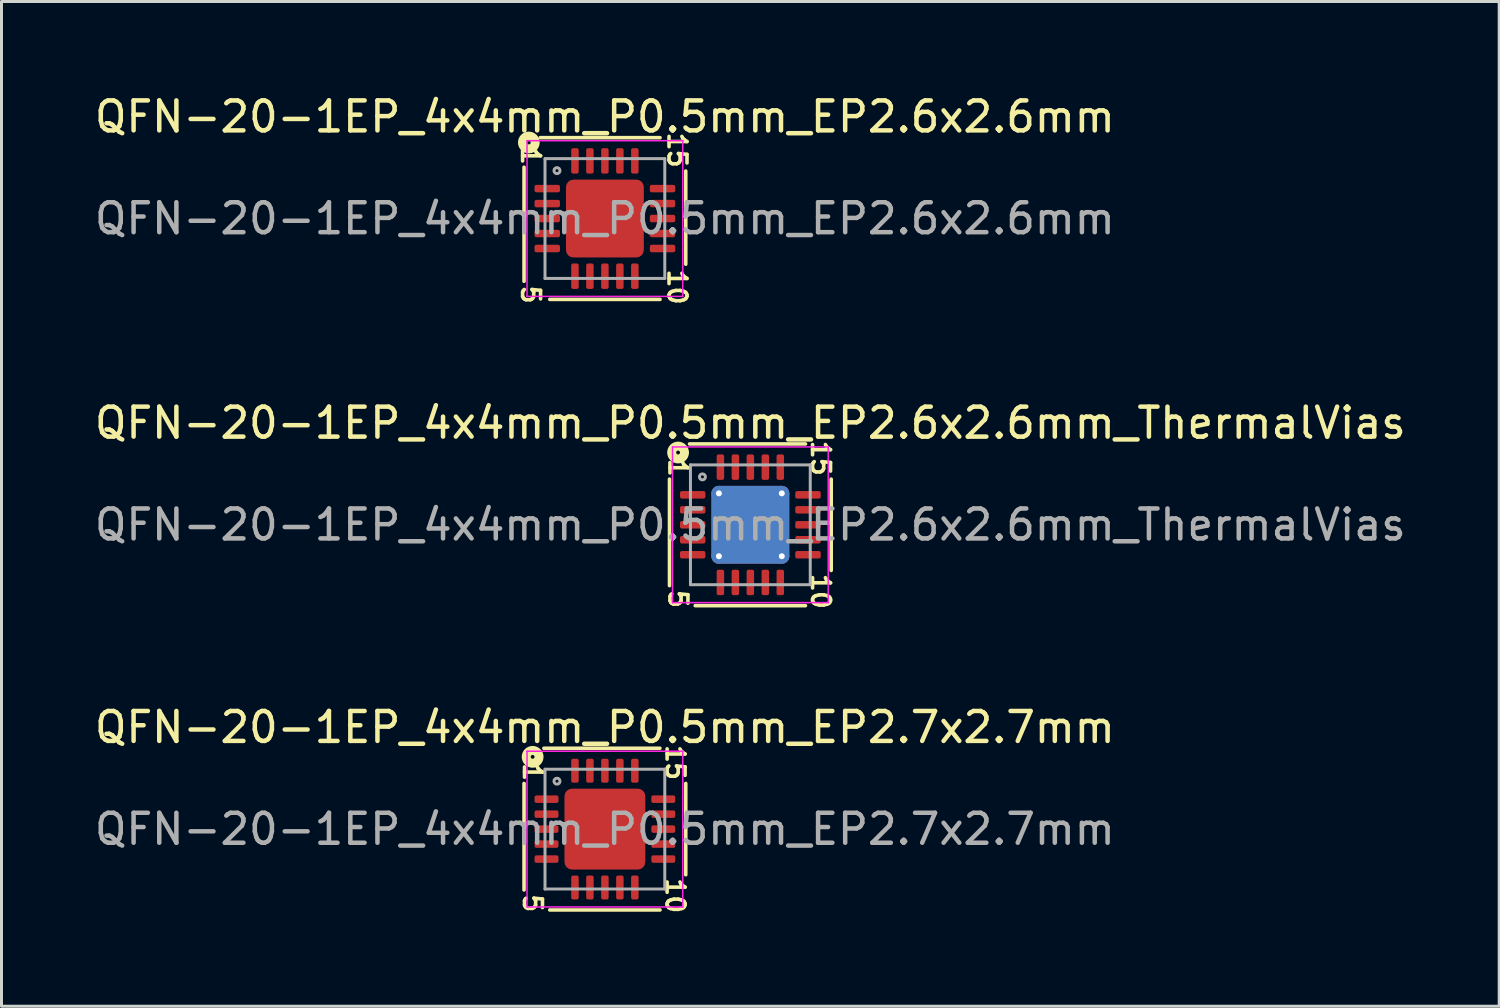
<source format=kicad_pcb>
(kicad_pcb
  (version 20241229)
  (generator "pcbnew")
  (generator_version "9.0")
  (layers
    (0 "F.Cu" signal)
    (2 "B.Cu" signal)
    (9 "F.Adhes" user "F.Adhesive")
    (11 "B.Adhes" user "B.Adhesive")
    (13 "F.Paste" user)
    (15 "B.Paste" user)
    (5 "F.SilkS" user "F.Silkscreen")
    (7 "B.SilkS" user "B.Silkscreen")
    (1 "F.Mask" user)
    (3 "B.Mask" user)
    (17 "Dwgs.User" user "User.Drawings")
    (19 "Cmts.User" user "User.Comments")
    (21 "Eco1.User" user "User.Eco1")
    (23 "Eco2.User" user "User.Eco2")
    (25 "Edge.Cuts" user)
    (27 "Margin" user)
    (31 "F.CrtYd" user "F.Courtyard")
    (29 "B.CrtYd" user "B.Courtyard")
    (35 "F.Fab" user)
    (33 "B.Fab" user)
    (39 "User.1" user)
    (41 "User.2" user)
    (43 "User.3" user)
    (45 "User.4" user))
  (footprint "QFN-20-1EP_4x4mm_P0.5mm_EP2.6x2.6mm_ThermalVias"
    (layer "F.Cu")
    (at 22.006 14.474)
    (property "Reference" "QFN-20-1EP_4x4mm_P0.5mm_EP2.6x2.6mm_ThermalVias" (at 0 -3.4 0) (layer "F.SilkS") (effects (font (size 1 1) (thickness 0.15))))
    (attr smd)
    (fp_line (start -2.7 -1.524) (end -2.7 2.032) (stroke (width 0.12) (type solid)) (layer "F.SilkS"))
    (fp_line (start -1.841 2.7) (end 1.841 2.7) (stroke (width 0.12) (type solid)) (layer "F.SilkS"))
    (fp_line (start 1.841 -2.7) (end -2.032 -2.7) (stroke (width 0.12) (type solid)) (layer "F.SilkS"))
    (fp_line (start 2.7 1.524) (end 2.7 -1.524) (stroke (width 0.12) (type solid)) (layer "F.SilkS"))
    (fp_circle (center -2.413 -2.413) (end -2.349 -2.413) (stroke (width 0.3) (type solid)) (fill no) (layer "F.SilkS"))
    (fp_line (start -2.6 -2.6) (end -2.6 2.6) (stroke (width 0.05) (type solid)) (layer "F.CrtYd"))
    (fp_line (start -2.6 2.6) (end 2.6 2.6) (stroke (width 0.05) (type solid)) (layer "F.CrtYd"))
    (fp_line (start 2.6 -2.6) (end -2.6 -2.6) (stroke (width 0.05) (type solid)) (layer "F.CrtYd"))
    (fp_line (start 2.6 2.6) (end 2.6 -2.6) (stroke (width 0.05) (type solid)) (layer "F.CrtYd"))
    (fp_line (start -2 -2) (end 2 -2) (stroke (width 0.1) (type solid)) (layer "F.Fab"))
    (fp_line (start -2 2) (end -2 -2) (stroke (width 0.1) (type solid)) (layer "F.Fab"))
    (fp_line (start 2 -2) (end 2 2) (stroke (width 0.1) (type solid)) (layer "F.Fab"))
    (fp_line (start 2 2) (end -2 2) (stroke (width 0.1) (type solid)) (layer "F.Fab"))
    (fp_circle (center -1.6 -1.6) (end -1.5 -1.6) (stroke (width 0.1) (type solid)) (fill no) (layer "F.Fab"))
    (fp_text user "10" (at 2.349 2.223 270) (unlocked yes) (layer "F.SilkS") (effects (font (size 0.6 0.6) (thickness 0.12))))
    (fp_text user "15" (at 2.349 -2.223 270) (unlocked yes) (layer "F.SilkS") (effects (font (size 0.6 0.6) (thickness 0.12))))
    (fp_text user "1" (at -2.413 -1.905 270) (unlocked yes) (layer "F.SilkS") (effects (font (size 0.6 0.6) (thickness 0.12))))
    (fp_text user "5" (at -2.413 2.477 270) (unlocked yes) (layer "F.SilkS") (effects (font (size 0.6 0.6) (thickness 0.12))))
    (fp_text user "${REFERENCE}" (at 0 0 0) (layer "F.Fab") (effects (font (size 1 1) (thickness 0.15))))
    (pad "" smd roundrect (at -0.65 -0.65) (size 1.13 1.13) (layers "F.Paste") (roundrect_rratio 0.221))
    (pad "" smd roundrect (at -0.65 0.65) (size 1.13 1.13) (layers "F.Paste") (roundrect_rratio 0.221))
    (pad "" smd roundrect (at 0.65 -0.65) (size 1.13 1.13) (layers "F.Paste") (roundrect_rratio 0.221))
    (pad "" smd roundrect (at 0.65 0.65) (size 1.13 1.13) (layers "F.Paste") (roundrect_rratio 0.221))
    (pad "1" smd roundrect (at -1.925 -1) (size 0.85 0.25) (layers "F.Cu" "F.Mask" "F.Paste") (roundrect_rratio 0.25))
    (pad "2" smd roundrect (at -1.925 -0.5) (size 0.85 0.25) (layers "F.Cu" "F.Mask" "F.Paste") (roundrect_rratio 0.25))
    (pad "3" smd roundrect (at -1.925 0) (size 0.85 0.25) (layers "F.Cu" "F.Mask" "F.Paste") (roundrect_rratio 0.25))
    (pad "4" smd roundrect (at -1.925 0.5) (size 0.85 0.25) (layers "F.Cu" "F.Mask" "F.Paste") (roundrect_rratio 0.25))
    (pad "5" smd roundrect (at -1.925 1) (size 0.85 0.25) (layers "F.Cu" "F.Mask" "F.Paste") (roundrect_rratio 0.25))
    (pad "6" smd roundrect (at -1 1.925) (size 0.25 0.85) (layers "F.Cu" "F.Mask" "F.Paste") (roundrect_rratio 0.25))
    (pad "7" smd roundrect (at -0.5 1.925) (size 0.25 0.85) (layers "F.Cu" "F.Mask" "F.Paste") (roundrect_rratio 0.25))
    (pad "8" smd roundrect (at 0 1.925) (size 0.25 0.85) (layers "F.Cu" "F.Mask" "F.Paste") (roundrect_rratio 0.25))
    (pad "9" smd roundrect (at 0.5 1.925) (size 0.25 0.85) (layers "F.Cu" "F.Mask" "F.Paste") (roundrect_rratio 0.25))
    (pad "10" smd roundrect (at 1 1.925) (size 0.25 0.85) (layers "F.Cu" "F.Mask" "F.Paste") (roundrect_rratio 0.25))
    (pad "11" smd roundrect (at 1.925 1) (size 0.85 0.25) (layers "F.Cu" "F.Mask" "F.Paste") (roundrect_rratio 0.25))
    (pad "12" smd roundrect (at 1.925 0.5) (size 0.85 0.25) (layers "F.Cu" "F.Mask" "F.Paste") (roundrect_rratio 0.25))
    (pad "13" smd roundrect (at 1.925 0) (size 0.85 0.25) (layers "F.Cu" "F.Mask" "F.Paste") (roundrect_rratio 0.25))
    (pad "14" smd roundrect (at 1.925 -0.5) (size 0.85 0.25) (layers "F.Cu" "F.Mask" "F.Paste") (roundrect_rratio 0.25))
    (pad "15" smd roundrect (at 1.925 -1) (size 0.85 0.25) (layers "F.Cu" "F.Mask" "F.Paste") (roundrect_rratio 0.25))
    (pad "16" smd roundrect (at 1 -1.925) (size 0.25 0.85) (layers "F.Cu" "F.Mask" "F.Paste") (roundrect_rratio 0.25))
    (pad "17" smd roundrect (at 0.5 -1.925) (size 0.25 0.85) (layers "F.Cu" "F.Mask" "F.Paste") (roundrect_rratio 0.25))
    (pad "18" smd roundrect (at 0 -1.925) (size 0.25 0.85) (layers "F.Cu" "F.Mask" "F.Paste") (roundrect_rratio 0.25))
    (pad "19" smd roundrect (at -0.5 -1.925) (size 0.25 0.85) (layers "F.Cu" "F.Mask" "F.Paste") (roundrect_rratio 0.25))
    (pad "20" smd roundrect (at -1 -1.925) (size 0.25 0.85) (layers "F.Cu" "F.Mask" "F.Paste") (roundrect_rratio 0.25))
    (pad "21" thru_hole circle (at -1.05 -1.05) (size 0.5 0.5) (drill 0.2) (property pad_prop_heatsink) (layers "*.Cu"))
    (pad "21" thru_hole circle (at -1.05 1.05) (size 0.5 0.5) (drill 0.2) (property pad_prop_heatsink) (layers "*.Cu"))
    (pad "21" smd roundrect (at 0 0) (size 2.6 2.6) (layers "F.Cu" "F.Mask") (roundrect_rratio 0.096))
    (pad "21" smd roundrect (at 0 0) (size 2.6 2.6) (layers "B.Cu" "B.Mask") (roundrect_rratio 0.096))
    (pad "21" thru_hole circle (at 1.05 -1.05) (size 0.5 0.5) (drill 0.2) (property pad_prop_heatsink) (layers "*.Cu"))
    (pad "21" thru_hole circle (at 1.05 1.05) (size 0.5 0.5) (drill 0.2) (property pad_prop_heatsink) (layers "*.Cu")))
  (footprint "QFN-20-1EP_4x4mm_P0.5mm_EP2.7x2.7mm"
    (layer "F.Cu")
    (at 17.149 24.636)
    (property "Reference" "QFN-20-1EP_4x4mm_P0.5mm_EP2.7x2.7mm" (at 0 -3.4 0) (layer "F.SilkS") (effects (font (size 1 1) (thickness 0.15))))
    (attr smd)
    (fp_line (start -2.7 -1.524) (end -2.7 2.032) (stroke (width 0.12) (type solid)) (layer "F.SilkS"))
    (fp_line (start -1.841 2.7) (end 1.841 2.7) (stroke (width 0.12) (type solid)) (layer "F.SilkS"))
    (fp_line (start 1.837 -2.7) (end -2.037 -2.7) (stroke (width 0.12) (type solid)) (layer "F.SilkS"))
    (fp_line (start 2.7 1.524) (end 2.7 -1.524) (stroke (width 0.12) (type solid)) (layer "F.SilkS"))
    (fp_circle (center -2.413 -2.413) (end -2.349 -2.413) (stroke (width 0.3) (type solid)) (fill no) (layer "F.SilkS"))
    (fp_line (start -2.6 -2.6) (end -2.6 2.6) (stroke (width 0.05) (type solid)) (layer "F.CrtYd"))
    (fp_line (start -2.6 2.6) (end 2.6 2.6) (stroke (width 0.05) (type solid)) (layer "F.CrtYd"))
    (fp_line (start 2.6 -2.6) (end -2.6 -2.6) (stroke (width 0.05) (type solid)) (layer "F.CrtYd"))
    (fp_line (start 2.6 2.6) (end 2.6 -2.6) (stroke (width 0.05) (type solid)) (layer "F.CrtYd"))
    (fp_line (start -2 -2) (end 2 -2) (stroke (width 0.1) (type solid)) (layer "F.Fab"))
    (fp_line (start -2 2) (end -2 -2) (stroke (width 0.1) (type solid)) (layer "F.Fab"))
    (fp_line (start 2 -2) (end 2 2) (stroke (width 0.1) (type solid)) (layer "F.Fab"))
    (fp_line (start 2 2) (end -2 2) (stroke (width 0.1) (type solid)) (layer "F.Fab"))
    (fp_circle (center -1.6 -1.6) (end -1.5 -1.6) (stroke (width 0.1) (type solid)) (fill no) (layer "F.Fab"))
    (fp_text user "10" (at 2.349 2.223 270) (unlocked yes) (layer "F.SilkS") (effects (font (size 0.6 0.6) (thickness 0.12))))
    (fp_text user "5" (at -2.413 2.477 270) (unlocked yes) (layer "F.SilkS") (effects (font (size 0.6 0.6) (thickness 0.12))))
    (fp_text user "1" (at -2.413 -1.905 270) (unlocked yes) (layer "F.SilkS") (effects (font (size 0.6 0.6) (thickness 0.12))))
    (fp_text user "15" (at 2.349 -2.223 270) (unlocked yes) (layer "F.SilkS") (effects (font (size 0.6 0.6) (thickness 0.12))))
    (fp_text user "${REFERENCE}" (at 0 0 0) (layer "F.Fab") (effects (font (size 1 1) (thickness 0.15))))
    (pad "" smd roundrect (at -0.675 -0.675) (size 1.09 1.09) (layers "F.Paste") (roundrect_rratio 0.229))
    (pad "" smd roundrect (at -0.675 0.675) (size 1.09 1.09) (layers "F.Paste") (roundrect_rratio 0.229))
    (pad "" smd roundrect (at 0.675 -0.675) (size 1.09 1.09) (layers "F.Paste") (roundrect_rratio 0.229))
    (pad "" smd roundrect (at 0.675 0.675) (size 1.09 1.09) (layers "F.Paste") (roundrect_rratio 0.229))
    (pad "1" smd roundrect (at -1.95 -1) (size 0.8 0.25) (layers "F.Cu" "F.Mask" "F.Paste") (roundrect_rratio 0.25))
    (pad "2" smd roundrect (at -1.95 -0.5) (size 0.8 0.25) (layers "F.Cu" "F.Mask" "F.Paste") (roundrect_rratio 0.25))
    (pad "3" smd roundrect (at -1.95 0) (size 0.8 0.25) (layers "F.Cu" "F.Mask" "F.Paste") (roundrect_rratio 0.25))
    (pad "4" smd roundrect (at -1.95 0.5) (size 0.8 0.25) (layers "F.Cu" "F.Mask" "F.Paste") (roundrect_rratio 0.25))
    (pad "5" smd roundrect (at -1.95 1) (size 0.8 0.25) (layers "F.Cu" "F.Mask" "F.Paste") (roundrect_rratio 0.25))
    (pad "6" smd roundrect (at -1 1.95) (size 0.25 0.8) (layers "F.Cu" "F.Mask" "F.Paste") (roundrect_rratio 0.25))
    (pad "7" smd roundrect (at -0.5 1.95) (size 0.25 0.8) (layers "F.Cu" "F.Mask" "F.Paste") (roundrect_rratio 0.25))
    (pad "8" smd roundrect (at 0 1.95) (size 0.25 0.8) (layers "F.Cu" "F.Mask" "F.Paste") (roundrect_rratio 0.25))
    (pad "9" smd roundrect (at 0.5 1.95) (size 0.25 0.8) (layers "F.Cu" "F.Mask" "F.Paste") (roundrect_rratio 0.25))
    (pad "10" smd roundrect (at 1 1.95) (size 0.25 0.8) (layers "F.Cu" "F.Mask" "F.Paste") (roundrect_rratio 0.25))
    (pad "11" smd roundrect (at 1.95 1) (size 0.8 0.25) (layers "F.Cu" "F.Mask" "F.Paste") (roundrect_rratio 0.25))
    (pad "12" smd roundrect (at 1.95 0.5) (size 0.8 0.25) (layers "F.Cu" "F.Mask" "F.Paste") (roundrect_rratio 0.25))
    (pad "13" smd roundrect (at 1.95 0) (size 0.8 0.25) (layers "F.Cu" "F.Mask" "F.Paste") (roundrect_rratio 0.25))
    (pad "14" smd roundrect (at 1.95 -0.5) (size 0.8 0.25) (layers "F.Cu" "F.Mask" "F.Paste") (roundrect_rratio 0.25))
    (pad "15" smd roundrect (at 1.95 -1) (size 0.8 0.25) (layers "F.Cu" "F.Mask" "F.Paste") (roundrect_rratio 0.25))
    (pad "16" smd roundrect (at 1 -1.95) (size 0.25 0.8) (layers "F.Cu" "F.Mask" "F.Paste") (roundrect_rratio 0.25))
    (pad "17" smd roundrect (at 0.5 -1.95) (size 0.25 0.8) (layers "F.Cu" "F.Mask" "F.Paste") (roundrect_rratio 0.25))
    (pad "18" smd roundrect (at 0 -1.95) (size 0.25 0.8) (layers "F.Cu" "F.Mask" "F.Paste") (roundrect_rratio 0.25))
    (pad "19" smd roundrect (at -0.5 -1.95) (size 0.25 0.8) (layers "F.Cu" "F.Mask" "F.Paste") (roundrect_rratio 0.25))
    (pad "20" smd roundrect (at -1 -1.95) (size 0.25 0.8) (layers "F.Cu" "F.Mask" "F.Paste") (roundrect_rratio 0.25))
    (pad "21" smd roundrect (at 0 0) (size 2.7 2.7) (layers "F.Cu" "F.Mask") (roundrect_rratio 0.093)))
  (footprint "QFN-20-1EP_4x4mm_P0.5mm_EP2.6x2.6mm"
    (layer "F.Cu")
    (at 17.149 4.248)
    (property "Reference" "QFN-20-1EP_4x4mm_P0.5mm_EP2.6x2.6mm" (at 0 -3.4 0) (layer "F.SilkS") (effects (font (size 1 1) (thickness 0.15))))
    (attr smd)
    (fp_line (start -2.7 -1.714) (end -2.7 2.095) (stroke (width 0.12) (type solid)) (layer "F.SilkS"))
    (fp_line (start -1.841 2.7) (end 1.841 2.7) (stroke (width 0.12) (type solid)) (layer "F.SilkS"))
    (fp_line (start 1.841 -2.7) (end -2.159 -2.7) (stroke (width 0.12) (type solid)) (layer "F.SilkS"))
    (fp_line (start 2.7 1.524) (end 2.7 -1.587) (stroke (width 0.12) (type solid)) (layer "F.SilkS"))
    (fp_circle (center -2.54 -2.54) (end -2.477 -2.54) (stroke (width 0.3) (type solid)) (fill no) (layer "F.SilkS"))
    (fp_line (start -2.6 -2.6) (end -2.6 2.6) (stroke (width 0.05) (type solid)) (layer "F.CrtYd"))
    (fp_line (start -2.6 2.6) (end 2.6 2.6) (stroke (width 0.05) (type solid)) (layer "F.CrtYd"))
    (fp_line (start 2.6 -2.6) (end -2.6 -2.6) (stroke (width 0.05) (type solid)) (layer "F.CrtYd"))
    (fp_line (start 2.6 2.6) (end 2.6 -2.6) (stroke (width 0.05) (type solid)) (layer "F.CrtYd"))
    (fp_line (start -2 -2) (end 2 -2) (stroke (width 0.1) (type solid)) (layer "F.Fab"))
    (fp_line (start -2 2) (end -2 -2) (stroke (width 0.1) (type solid)) (layer "F.Fab"))
    (fp_line (start 2 -2) (end 2 2) (stroke (width 0.1) (type solid)) (layer "F.Fab"))
    (fp_line (start 2 2) (end -2 2) (stroke (width 0.1) (type solid)) (layer "F.Fab"))
    (fp_circle (center -1.6 -1.6) (end -1.5 -1.6) (stroke (width 0.1) (type solid)) (fill no) (layer "F.Fab"))
    (fp_text user "5" (at -2.477 2.54 270) (unlocked yes) (layer "F.SilkS") (effects (font (size 0.6 0.6) (thickness 0.12))))
    (fp_text user "15" (at 2.413 -2.286 270) (unlocked yes) (layer "F.SilkS") (effects (font (size 0.6 0.6) (thickness 0.12))))
    (fp_text user "10" (at 2.413 2.286 270) (unlocked yes) (layer "F.SilkS") (effects (font (size 0.6 0.6) (thickness 0.12))))
    (fp_text user "1" (at -2.477 -2.095 270) (unlocked yes) (layer "F.SilkS") (effects (font (size 0.6 0.6) (thickness 0.12))))
    (fp_text user "${REFERENCE}" (at 0 0 0) (layer "F.Fab") (effects (font (size 1 1) (thickness 0.15))))
    (pad "" smd roundrect (at -0.65 -0.65) (size 1.05 1.05) (layers "F.Paste") (roundrect_rratio 0.238))
    (pad "" smd roundrect (at -0.65 0.65) (size 1.05 1.05) (layers "F.Paste") (roundrect_rratio 0.238))
    (pad "" smd roundrect (at 0.65 -0.65) (size 1.05 1.05) (layers "F.Paste") (roundrect_rratio 0.238))
    (pad "" smd roundrect (at 0.65 0.65) (size 1.05 1.05) (layers "F.Paste") (roundrect_rratio 0.238))
    (pad "1" smd roundrect (at -1.925 -1) (size 0.85 0.25) (layers "F.Cu" "F.Mask" "F.Paste") (roundrect_rratio 0.25))
    (pad "2" smd roundrect (at -1.925 -0.5) (size 0.85 0.25) (layers "F.Cu" "F.Mask" "F.Paste") (roundrect_rratio 0.25))
    (pad "3" smd roundrect (at -1.925 0) (size 0.85 0.25) (layers "F.Cu" "F.Mask" "F.Paste") (roundrect_rratio 0.25))
    (pad "4" smd roundrect (at -1.925 0.5) (size 0.85 0.25) (layers "F.Cu" "F.Mask" "F.Paste") (roundrect_rratio 0.25))
    (pad "5" smd roundrect (at -1.925 1) (size 0.85 0.25) (layers "F.Cu" "F.Mask" "F.Paste") (roundrect_rratio 0.25))
    (pad "6" smd roundrect (at -1 1.925) (size 0.25 0.85) (layers "F.Cu" "F.Mask" "F.Paste") (roundrect_rratio 0.25))
    (pad "7" smd roundrect (at -0.5 1.925) (size 0.25 0.85) (layers "F.Cu" "F.Mask" "F.Paste") (roundrect_rratio 0.25))
    (pad "8" smd roundrect (at 0 1.925) (size 0.25 0.85) (layers "F.Cu" "F.Mask" "F.Paste") (roundrect_rratio 0.25))
    (pad "9" smd roundrect (at 0.5 1.925) (size 0.25 0.85) (layers "F.Cu" "F.Mask" "F.Paste") (roundrect_rratio 0.25))
    (pad "10" smd roundrect (at 1 1.925) (size 0.25 0.85) (layers "F.Cu" "F.Mask" "F.Paste") (roundrect_rratio 0.25))
    (pad "11" smd roundrect (at 1.925 1) (size 0.85 0.25) (layers "F.Cu" "F.Mask" "F.Paste") (roundrect_rratio 0.25))
    (pad "12" smd roundrect (at 1.925 0.5) (size 0.85 0.25) (layers "F.Cu" "F.Mask" "F.Paste") (roundrect_rratio 0.25))
    (pad "13" smd roundrect (at 1.925 0) (size 0.85 0.25) (layers "F.Cu" "F.Mask" "F.Paste") (roundrect_rratio 0.25))
    (pad "14" smd roundrect (at 1.925 -0.5) (size 0.85 0.25) (layers "F.Cu" "F.Mask" "F.Paste") (roundrect_rratio 0.25))
    (pad "15" smd roundrect (at 1.925 -1) (size 0.85 0.25) (layers "F.Cu" "F.Mask" "F.Paste") (roundrect_rratio 0.25))
    (pad "16" smd roundrect (at 1 -1.925) (size 0.25 0.85) (layers "F.Cu" "F.Mask" "F.Paste") (roundrect_rratio 0.25))
    (pad "17" smd roundrect (at 0.5 -1.925) (size 0.25 0.85) (layers "F.Cu" "F.Mask" "F.Paste") (roundrect_rratio 0.25))
    (pad "18" smd roundrect (at 0 -1.925) (size 0.25 0.85) (layers "F.Cu" "F.Mask" "F.Paste") (roundrect_rratio 0.25))
    (pad "19" smd roundrect (at -0.5 -1.925) (size 0.25 0.85) (layers "F.Cu" "F.Mask" "F.Paste") (roundrect_rratio 0.25))
    (pad "20" smd roundrect (at -1 -1.925) (size 0.25 0.85) (layers "F.Cu" "F.Mask" "F.Paste") (roundrect_rratio 0.25))
    (pad "21" smd roundrect (at 0 0) (size 2.6 2.6) (layers "F.Cu" "F.Mask") (roundrect_rratio 0.096)))
  (gr_rect
    (start -3 -3)
    (end 47.012 30.55)
    (stroke (width 0.1) (type default))
    (fill no)
    (layer "Edge.Cuts")))
</source>
